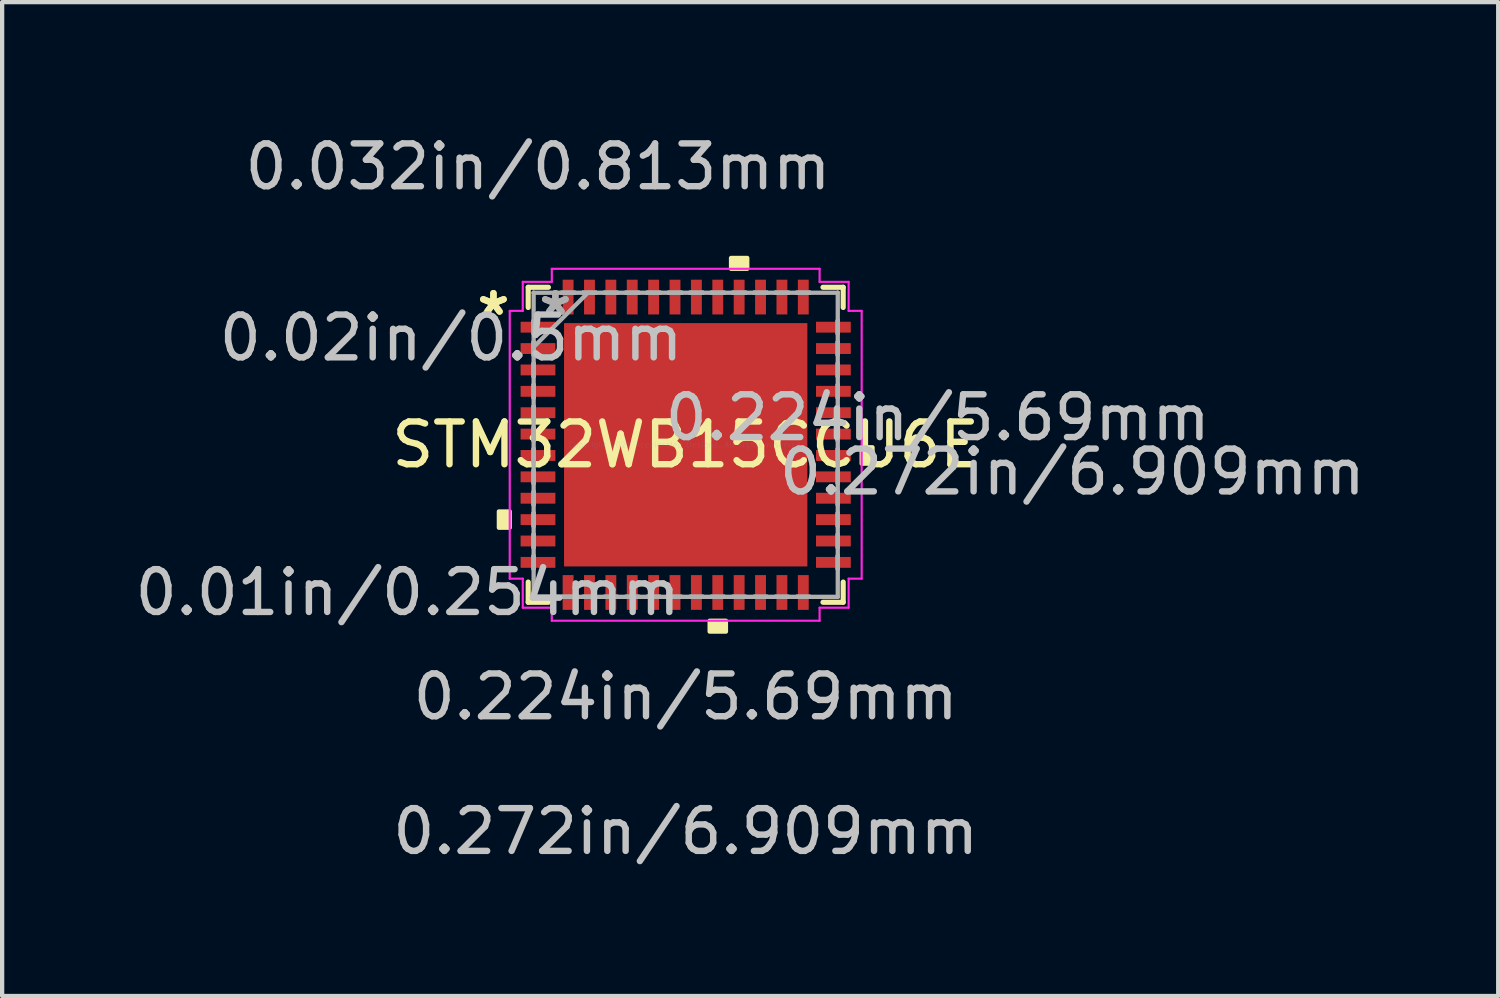
<source format=kicad_pcb>
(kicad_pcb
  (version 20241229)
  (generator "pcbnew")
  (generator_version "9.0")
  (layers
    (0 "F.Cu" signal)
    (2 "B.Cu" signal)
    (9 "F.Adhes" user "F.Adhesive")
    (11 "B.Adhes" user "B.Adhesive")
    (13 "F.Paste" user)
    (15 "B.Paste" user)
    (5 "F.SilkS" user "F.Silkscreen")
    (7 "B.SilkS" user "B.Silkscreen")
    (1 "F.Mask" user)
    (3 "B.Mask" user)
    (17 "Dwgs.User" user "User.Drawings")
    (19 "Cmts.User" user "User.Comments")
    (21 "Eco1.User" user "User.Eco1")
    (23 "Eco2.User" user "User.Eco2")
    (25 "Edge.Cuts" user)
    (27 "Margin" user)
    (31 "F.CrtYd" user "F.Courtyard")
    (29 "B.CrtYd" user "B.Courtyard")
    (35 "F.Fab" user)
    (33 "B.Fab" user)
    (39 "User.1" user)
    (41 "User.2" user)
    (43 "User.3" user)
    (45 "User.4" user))
  (footprint "STM32WB15CCU6E"
    (layer "F.Cu")
    (at 12.985 7.351)
    (property "Reference" "STM32WB15CCU6E" (at 0 0 0) (layer "F.SilkS") (effects (font (size 1 1) (thickness 0.15))))
    (attr through_hole)
    (fp_line (start -3.683 -3.683) (end -3.683 -3.21) (stroke (width 0.12) (type solid)) (layer "F.SilkS"))
    (fp_line (start -3.683 3.21) (end -3.683 3.683) (stroke (width 0.12) (type solid)) (layer "F.SilkS"))
    (fp_line (start -3.683 3.683) (end -3.21 3.683) (stroke (width 0.12) (type solid)) (layer "F.SilkS"))
    (fp_line (start -3.21 -3.683) (end -3.683 -3.683) (stroke (width 0.12) (type solid)) (layer "F.SilkS"))
    (fp_line (start 3.21 3.683) (end 3.683 3.683) (stroke (width 0.12) (type solid)) (layer "F.SilkS"))
    (fp_line (start 3.683 -3.683) (end 3.21 -3.683) (stroke (width 0.12) (type solid)) (layer "F.SilkS"))
    (fp_line (start 3.683 -3.21) (end 3.683 -3.683) (stroke (width 0.12) (type solid)) (layer "F.SilkS"))
    (fp_line (start 3.683 3.683) (end 3.683 3.21) (stroke (width 0.12) (type solid)) (layer "F.SilkS"))
    (fp_poly (pts (xy -4.369 1.559) (xy -4.369 1.94) (xy -4.115 1.94) (xy -4.115 1.559)) (stroke (width 0.1) (type solid)) (fill yes) (layer "F.SilkS"))
    (fp_poly (pts (xy 0.56 4.115) (xy 0.56 4.369) (xy 0.941 4.369) (xy 0.941 4.115)) (stroke (width 0.1) (type solid)) (fill yes) (layer "F.SilkS"))
    (fp_poly (pts (xy 1.06 -4.115) (xy 1.06 -4.369) (xy 1.44 -4.369) (xy 1.44 -4.115)) (stroke (width 0.1) (type solid)) (fill yes) (layer "F.SilkS"))
    (fp_poly (pts (xy 4.369 0.059) (xy 4.369 0.441) (xy 4.115 0.441) (xy 4.115 0.059)) (stroke (width 0.1) (type solid)) (fill yes) (layer "F.SilkS"))
    (fp_poly (pts (xy -2.745 -2.745) (xy -2.745 -1.522) (xy -1.522 -1.522) (xy -1.522 -2.745)) (stroke (width 0.1) (type solid)) (fill yes) (layer "F.Paste"))
    (fp_poly (pts (xy -2.745 -1.322) (xy -2.745 -0.1) (xy -1.522 -0.1) (xy -1.522 -1.322)) (stroke (width 0.1) (type solid)) (fill yes) (layer "F.Paste"))
    (fp_poly (pts (xy -2.745 0.1) (xy -2.745 1.322) (xy -1.522 1.322) (xy -1.522 0.1)) (stroke (width 0.1) (type solid)) (fill yes) (layer "F.Paste"))
    (fp_poly (pts (xy -2.745 1.522) (xy -2.745 2.745) (xy -1.522 2.745) (xy -1.522 1.522)) (stroke (width 0.1) (type solid)) (fill yes) (layer "F.Paste"))
    (fp_poly (pts (xy -1.322 -2.745) (xy -1.322 -1.522) (xy -0.1 -1.522) (xy -0.1 -2.745)) (stroke (width 0.1) (type solid)) (fill yes) (layer "F.Paste"))
    (fp_poly (pts (xy -1.322 -1.322) (xy -1.322 -0.1) (xy -0.1 -0.1) (xy -0.1 -1.322)) (stroke (width 0.1) (type solid)) (fill yes) (layer "F.Paste"))
    (fp_poly (pts (xy -1.322 0.1) (xy -1.322 1.322) (xy -0.1 1.322) (xy -0.1 0.1)) (stroke (width 0.1) (type solid)) (fill yes) (layer "F.Paste"))
    (fp_poly (pts (xy -1.322 1.522) (xy -1.322 2.745) (xy -0.1 2.745) (xy -0.1 1.522)) (stroke (width 0.1) (type solid)) (fill yes) (layer "F.Paste"))
    (fp_poly (pts (xy 0.1 -2.745) (xy 0.1 -1.522) (xy 1.322 -1.522) (xy 1.322 -2.745)) (stroke (width 0.1) (type solid)) (fill yes) (layer "F.Paste"))
    (fp_poly (pts (xy 0.1 -1.322) (xy 0.1 -0.1) (xy 1.322 -0.1) (xy 1.322 -1.322)) (stroke (width 0.1) (type solid)) (fill yes) (layer "F.Paste"))
    (fp_poly (pts (xy 0.1 0.1) (xy 0.1 1.322) (xy 1.322 1.322) (xy 1.322 0.1)) (stroke (width 0.1) (type solid)) (fill yes) (layer "F.Paste"))
    (fp_poly (pts (xy 0.1 1.522) (xy 0.1 2.745) (xy 1.322 2.745) (xy 1.322 1.522)) (stroke (width 0.1) (type solid)) (fill yes) (layer "F.Paste"))
    (fp_poly (pts (xy 1.522 -2.745) (xy 1.522 -1.522) (xy 2.745 -1.522) (xy 2.745 -2.745)) (stroke (width 0.1) (type solid)) (fill yes) (layer "F.Paste"))
    (fp_poly (pts (xy 1.522 -1.322) (xy 1.522 -0.1) (xy 2.745 -0.1) (xy 2.745 -1.322)) (stroke (width 0.1) (type solid)) (fill yes) (layer "F.Paste"))
    (fp_poly (pts (xy 1.522 0.1) (xy 1.522 1.322) (xy 2.745 1.322) (xy 2.745 0.1)) (stroke (width 0.1) (type solid)) (fill yes) (layer "F.Paste"))
    (fp_poly (pts (xy 1.522 1.522) (xy 1.522 2.745) (xy 2.745 2.745) (xy 2.745 1.522)) (stroke (width 0.1) (type solid)) (fill yes) (layer "F.Paste"))
    (fp_line (start -4.115 -3.131) (end -3.81 -3.131) (stroke (width 0.05) (type solid)) (layer "F.CrtYd"))
    (fp_line (start -4.115 3.131) (end -4.115 -3.131) (stroke (width 0.05) (type solid)) (layer "F.CrtYd"))
    (fp_line (start -3.81 -3.81) (end -3.131 -3.81) (stroke (width 0.05) (type solid)) (layer "F.CrtYd"))
    (fp_line (start -3.81 -3.131) (end -3.81 -3.81) (stroke (width 0.05) (type solid)) (layer "F.CrtYd"))
    (fp_line (start -3.81 3.131) (end -4.115 3.131) (stroke (width 0.05) (type solid)) (layer "F.CrtYd"))
    (fp_line (start -3.81 3.81) (end -3.81 3.131) (stroke (width 0.05) (type solid)) (layer "F.CrtYd"))
    (fp_line (start -3.131 -4.115) (end 3.131 -4.115) (stroke (width 0.05) (type solid)) (layer "F.CrtYd"))
    (fp_line (start -3.131 -3.81) (end -3.131 -4.115) (stroke (width 0.05) (type solid)) (layer "F.CrtYd"))
    (fp_line (start -3.131 3.81) (end -3.81 3.81) (stroke (width 0.05) (type solid)) (layer "F.CrtYd"))
    (fp_line (start -3.131 4.115) (end -3.131 3.81) (stroke (width 0.05) (type solid)) (layer "F.CrtYd"))
    (fp_line (start 3.131 -4.115) (end 3.131 -3.81) (stroke (width 0.05) (type solid)) (layer "F.CrtYd"))
    (fp_line (start 3.131 -3.81) (end 3.81 -3.81) (stroke (width 0.05) (type solid)) (layer "F.CrtYd"))
    (fp_line (start 3.131 3.81) (end 3.131 4.115) (stroke (width 0.05) (type solid)) (layer "F.CrtYd"))
    (fp_line (start 3.131 4.115) (end -3.131 4.115) (stroke (width 0.05) (type solid)) (layer "F.CrtYd"))
    (fp_line (start 3.81 -3.81) (end 3.81 -3.131) (stroke (width 0.05) (type solid)) (layer "F.CrtYd"))
    (fp_line (start 3.81 -3.131) (end 4.115 -3.131) (stroke (width 0.05) (type solid)) (layer "F.CrtYd"))
    (fp_line (start 3.81 3.131) (end 3.81 3.81) (stroke (width 0.05) (type solid)) (layer "F.CrtYd"))
    (fp_line (start 3.81 3.81) (end 3.131 3.81) (stroke (width 0.05) (type solid)) (layer "F.CrtYd"))
    (fp_line (start 4.115 -3.131) (end 4.115 3.131) (stroke (width 0.05) (type solid)) (layer "F.CrtYd"))
    (fp_line (start 4.115 3.131) (end 3.81 3.131) (stroke (width 0.05) (type solid)) (layer "F.CrtYd"))
    (fp_line (start -3.556 -3.556) (end -3.556 -3.556) (stroke (width 0.1) (type solid)) (layer "F.Fab"))
    (fp_line (start -3.556 -3.556) (end -3.556 3.556) (stroke (width 0.1) (type solid)) (layer "F.Fab"))
    (fp_line (start -3.556 -2.902) (end -3.556 -2.902) (stroke (width 0.1) (type solid)) (layer "F.Fab"))
    (fp_line (start -3.556 -2.902) (end -3.556 -2.598) (stroke (width 0.1) (type solid)) (layer "F.Fab"))
    (fp_line (start -3.556 -2.598) (end -3.556 -2.902) (stroke (width 0.1) (type solid)) (layer "F.Fab"))
    (fp_line (start -3.556 -2.598) (end -3.556 -2.598) (stroke (width 0.1) (type solid)) (layer "F.Fab"))
    (fp_line (start -3.556 -2.402) (end -3.556 -2.402) (stroke (width 0.1) (type solid)) (layer "F.Fab"))
    (fp_line (start -3.556 -2.402) (end -3.556 -2.098) (stroke (width 0.1) (type solid)) (layer "F.Fab"))
    (fp_line (start -3.556 -2.286) (end -2.286 -3.556) (stroke (width 0.1) (type solid)) (layer "F.Fab"))
    (fp_line (start -3.556 -2.098) (end -3.556 -2.402) (stroke (width 0.1) (type solid)) (layer "F.Fab"))
    (fp_line (start -3.556 -2.098) (end -3.556 -2.098) (stroke (width 0.1) (type solid)) (layer "F.Fab"))
    (fp_line (start -3.556 -1.902) (end -3.556 -1.902) (stroke (width 0.1) (type solid)) (layer "F.Fab"))
    (fp_line (start -3.556 -1.902) (end -3.556 -1.598) (stroke (width 0.1) (type solid)) (layer "F.Fab"))
    (fp_line (start -3.556 -1.598) (end -3.556 -1.902) (stroke (width 0.1) (type solid)) (layer "F.Fab"))
    (fp_line (start -3.556 -1.598) (end -3.556 -1.598) (stroke (width 0.1) (type solid)) (layer "F.Fab"))
    (fp_line (start -3.556 -1.402) (end -3.556 -1.402) (stroke (width 0.1) (type solid)) (layer "F.Fab"))
    (fp_line (start -3.556 -1.402) (end -3.556 -1.098) (stroke (width 0.1) (type solid)) (layer "F.Fab"))
    (fp_line (start -3.556 -1.098) (end -3.556 -1.402) (stroke (width 0.1) (type solid)) (layer "F.Fab"))
    (fp_line (start -3.556 -1.098) (end -3.556 -1.098) (stroke (width 0.1) (type solid)) (layer "F.Fab"))
    (fp_line (start -3.556 -0.902) (end -3.556 -0.902) (stroke (width 0.1) (type solid)) (layer "F.Fab"))
    (fp_line (start -3.556 -0.902) (end -3.556 -0.598) (stroke (width 0.1) (type solid)) (layer "F.Fab"))
    (fp_line (start -3.556 -0.598) (end -3.556 -0.902) (stroke (width 0.1) (type solid)) (layer "F.Fab"))
    (fp_line (start -3.556 -0.598) (end -3.556 -0.598) (stroke (width 0.1) (type solid)) (layer "F.Fab"))
    (fp_line (start -3.556 -0.402) (end -3.556 -0.402) (stroke (width 0.1) (type solid)) (layer "F.Fab"))
    (fp_line (start -3.556 -0.402) (end -3.556 -0.098) (stroke (width 0.1) (type solid)) (layer "F.Fab"))
    (fp_line (start -3.556 -0.098) (end -3.556 -0.402) (stroke (width 0.1) (type solid)) (layer "F.Fab"))
    (fp_line (start -3.556 -0.098) (end -3.556 -0.098) (stroke (width 0.1) (type solid)) (layer "F.Fab"))
    (fp_line (start -3.556 0.098) (end -3.556 0.098) (stroke (width 0.1) (type solid)) (layer "F.Fab"))
    (fp_line (start -3.556 0.098) (end -3.556 0.402) (stroke (width 0.1) (type solid)) (layer "F.Fab"))
    (fp_line (start -3.556 0.402) (end -3.556 0.098) (stroke (width 0.1) (type solid)) (layer "F.Fab"))
    (fp_line (start -3.556 0.402) (end -3.556 0.402) (stroke (width 0.1) (type solid)) (layer "F.Fab"))
    (fp_line (start -3.556 0.598) (end -3.556 0.598) (stroke (width 0.1) (type solid)) (layer "F.Fab"))
    (fp_line (start -3.556 0.598) (end -3.556 0.902) (stroke (width 0.1) (type solid)) (layer "F.Fab"))
    (fp_line (start -3.556 0.902) (end -3.556 0.598) (stroke (width 0.1) (type solid)) (layer "F.Fab"))
    (fp_line (start -3.556 0.902) (end -3.556 0.902) (stroke (width 0.1) (type solid)) (layer "F.Fab"))
    (fp_line (start -3.556 1.098) (end -3.556 1.098) (stroke (width 0.1) (type solid)) (layer "F.Fab"))
    (fp_line (start -3.556 1.098) (end -3.556 1.402) (stroke (width 0.1) (type solid)) (layer "F.Fab"))
    (fp_line (start -3.556 1.402) (end -3.556 1.098) (stroke (width 0.1) (type solid)) (layer "F.Fab"))
    (fp_line (start -3.556 1.402) (end -3.556 1.402) (stroke (width 0.1) (type solid)) (layer "F.Fab"))
    (fp_line (start -3.556 1.598) (end -3.556 1.598) (stroke (width 0.1) (type solid)) (layer "F.Fab"))
    (fp_line (start -3.556 1.598) (end -3.556 1.902) (stroke (width 0.1) (type solid)) (layer "F.Fab"))
    (fp_line (start -3.556 1.902) (end -3.556 1.598) (stroke (width 0.1) (type solid)) (layer "F.Fab"))
    (fp_line (start -3.556 1.902) (end -3.556 1.902) (stroke (width 0.1) (type solid)) (layer "F.Fab"))
    (fp_line (start -3.556 2.098) (end -3.556 2.098) (stroke (width 0.1) (type solid)) (layer "F.Fab"))
    (fp_line (start -3.556 2.098) (end -3.556 2.402) (stroke (width 0.1) (type solid)) (layer "F.Fab"))
    (fp_line (start -3.556 2.402) (end -3.556 2.098) (stroke (width 0.1) (type solid)) (layer "F.Fab"))
    (fp_line (start -3.556 2.402) (end -3.556 2.402) (stroke (width 0.1) (type solid)) (layer "F.Fab"))
    (fp_line (start -3.556 2.598) (end -3.556 2.598) (stroke (width 0.1) (type solid)) (layer "F.Fab"))
    (fp_line (start -3.556 2.598) (end -3.556 2.902) (stroke (width 0.1) (type solid)) (layer "F.Fab"))
    (fp_line (start -3.556 2.902) (end -3.556 2.598) (stroke (width 0.1) (type solid)) (layer "F.Fab"))
    (fp_line (start -3.556 2.902) (end -3.556 2.902) (stroke (width 0.1) (type solid)) (layer "F.Fab"))
    (fp_line (start -3.556 3.556) (end -3.556 3.556) (stroke (width 0.1) (type solid)) (layer "F.Fab"))
    (fp_line (start -3.556 3.556) (end 3.556 3.556) (stroke (width 0.1) (type solid)) (layer "F.Fab"))
    (fp_line (start -2.902 -3.556) (end -2.902 -3.556) (stroke (width 0.1) (type solid)) (layer "F.Fab"))
    (fp_line (start -2.902 -3.556) (end -2.598 -3.556) (stroke (width 0.1) (type solid)) (layer "F.Fab"))
    (fp_line (start -2.902 3.556) (end -2.902 3.556) (stroke (width 0.1) (type solid)) (layer "F.Fab"))
    (fp_line (start -2.902 3.556) (end -2.598 3.556) (stroke (width 0.1) (type solid)) (layer "F.Fab"))
    (fp_line (start -2.598 -3.556) (end -2.902 -3.556) (stroke (width 0.1) (type solid)) (layer "F.Fab"))
    (fp_line (start -2.598 -3.556) (end -2.598 -3.556) (stroke (width 0.1) (type solid)) (layer "F.Fab"))
    (fp_line (start -2.598 3.556) (end -2.902 3.556) (stroke (width 0.1) (type solid)) (layer "F.Fab"))
    (fp_line (start -2.598 3.556) (end -2.598 3.556) (stroke (width 0.1) (type solid)) (layer "F.Fab"))
    (fp_line (start -2.402 -3.556) (end -2.402 -3.556) (stroke (width 0.1) (type solid)) (layer "F.Fab"))
    (fp_line (start -2.402 -3.556) (end -2.098 -3.556) (stroke (width 0.1) (type solid)) (layer "F.Fab"))
    (fp_line (start -2.402 3.556) (end -2.402 3.556) (stroke (width 0.1) (type solid)) (layer "F.Fab"))
    (fp_line (start -2.402 3.556) (end -2.098 3.556) (stroke (width 0.1) (type solid)) (layer "F.Fab"))
    (fp_line (start -2.098 -3.556) (end -2.402 -3.556) (stroke (width 0.1) (type solid)) (layer "F.Fab"))
    (fp_line (start -2.098 -3.556) (end -2.098 -3.556) (stroke (width 0.1) (type solid)) (layer "F.Fab"))
    (fp_line (start -2.098 3.556) (end -2.402 3.556) (stroke (width 0.1) (type solid)) (layer "F.Fab"))
    (fp_line (start -2.098 3.556) (end -2.098 3.556) (stroke (width 0.1) (type solid)) (layer "F.Fab"))
    (fp_line (start -1.902 -3.556) (end -1.902 -3.556) (stroke (width 0.1) (type solid)) (layer "F.Fab"))
    (fp_line (start -1.902 -3.556) (end -1.598 -3.556) (stroke (width 0.1) (type solid)) (layer "F.Fab"))
    (fp_line (start -1.902 3.556) (end -1.902 3.556) (stroke (width 0.1) (type solid)) (layer "F.Fab"))
    (fp_line (start -1.902 3.556) (end -1.598 3.556) (stroke (width 0.1) (type solid)) (layer "F.Fab"))
    (fp_line (start -1.598 -3.556) (end -1.902 -3.556) (stroke (width 0.1) (type solid)) (layer "F.Fab"))
    (fp_line (start -1.598 -3.556) (end -1.598 -3.556) (stroke (width 0.1) (type solid)) (layer "F.Fab"))
    (fp_line (start -1.598 3.556) (end -1.902 3.556) (stroke (width 0.1) (type solid)) (layer "F.Fab"))
    (fp_line (start -1.598 3.556) (end -1.598 3.556) (stroke (width 0.1) (type solid)) (layer "F.Fab"))
    (fp_line (start -1.402 -3.556) (end -1.402 -3.556) (stroke (width 0.1) (type solid)) (layer "F.Fab"))
    (fp_line (start -1.402 -3.556) (end -1.098 -3.556) (stroke (width 0.1) (type solid)) (layer "F.Fab"))
    (fp_line (start -1.402 3.556) (end -1.402 3.556) (stroke (width 0.1) (type solid)) (layer "F.Fab"))
    (fp_line (start -1.402 3.556) (end -1.098 3.556) (stroke (width 0.1) (type solid)) (layer "F.Fab"))
    (fp_line (start -1.098 -3.556) (end -1.402 -3.556) (stroke (width 0.1) (type solid)) (layer "F.Fab"))
    (fp_line (start -1.098 -3.556) (end -1.098 -3.556) (stroke (width 0.1) (type solid)) (layer "F.Fab"))
    (fp_line (start -1.098 3.556) (end -1.402 3.556) (stroke (width 0.1) (type solid)) (layer "F.Fab"))
    (fp_line (start -1.098 3.556) (end -1.098 3.556) (stroke (width 0.1) (type solid)) (layer "F.Fab"))
    (fp_line (start -0.902 -3.556) (end -0.902 -3.556) (stroke (width 0.1) (type solid)) (layer "F.Fab"))
    (fp_line (start -0.902 -3.556) (end -0.598 -3.556) (stroke (width 0.1) (type solid)) (layer "F.Fab"))
    (fp_line (start -0.902 3.556) (end -0.902 3.556) (stroke (width 0.1) (type solid)) (layer "F.Fab"))
    (fp_line (start -0.902 3.556) (end -0.598 3.556) (stroke (width 0.1) (type solid)) (layer "F.Fab"))
    (fp_line (start -0.598 -3.556) (end -0.902 -3.556) (stroke (width 0.1) (type solid)) (layer "F.Fab"))
    (fp_line (start -0.598 -3.556) (end -0.598 -3.556) (stroke (width 0.1) (type solid)) (layer "F.Fab"))
    (fp_line (start -0.598 3.556) (end -0.902 3.556) (stroke (width 0.1) (type solid)) (layer "F.Fab"))
    (fp_line (start -0.598 3.556) (end -0.598 3.556) (stroke (width 0.1) (type solid)) (layer "F.Fab"))
    (fp_line (start -0.402 -3.556) (end -0.402 -3.556) (stroke (width 0.1) (type solid)) (layer "F.Fab"))
    (fp_line (start -0.402 -3.556) (end -0.098 -3.556) (stroke (width 0.1) (type solid)) (layer "F.Fab"))
    (fp_line (start -0.402 3.556) (end -0.402 3.556) (stroke (width 0.1) (type solid)) (layer "F.Fab"))
    (fp_line (start -0.402 3.556) (end -0.098 3.556) (stroke (width 0.1) (type solid)) (layer "F.Fab"))
    (fp_line (start -0.098 -3.556) (end -0.402 -3.556) (stroke (width 0.1) (type solid)) (layer "F.Fab"))
    (fp_line (start -0.098 -3.556) (end -0.098 -3.556) (stroke (width 0.1) (type solid)) (layer "F.Fab"))
    (fp_line (start -0.098 3.556) (end -0.402 3.556) (stroke (width 0.1) (type solid)) (layer "F.Fab"))
    (fp_line (start -0.098 3.556) (end -0.098 3.556) (stroke (width 0.1) (type solid)) (layer "F.Fab"))
    (fp_line (start 0.098 -3.556) (end 0.098 -3.556) (stroke (width 0.1) (type solid)) (layer "F.Fab"))
    (fp_line (start 0.098 -3.556) (end 0.402 -3.556) (stroke (width 0.1) (type solid)) (layer "F.Fab"))
    (fp_line (start 0.098 3.556) (end 0.098 3.556) (stroke (width 0.1) (type solid)) (layer "F.Fab"))
    (fp_line (start 0.098 3.556) (end 0.402 3.556) (stroke (width 0.1) (type solid)) (layer "F.Fab"))
    (fp_line (start 0.402 -3.556) (end 0.098 -3.556) (stroke (width 0.1) (type solid)) (layer "F.Fab"))
    (fp_line (start 0.402 -3.556) (end 0.402 -3.556) (stroke (width 0.1) (type solid)) (layer "F.Fab"))
    (fp_line (start 0.402 3.556) (end 0.098 3.556) (stroke (width 0.1) (type solid)) (layer "F.Fab"))
    (fp_line (start 0.402 3.556) (end 0.402 3.556) (stroke (width 0.1) (type solid)) (layer "F.Fab"))
    (fp_line (start 0.598 -3.556) (end 0.598 -3.556) (stroke (width 0.1) (type solid)) (layer "F.Fab"))
    (fp_line (start 0.598 -3.556) (end 0.902 -3.556) (stroke (width 0.1) (type solid)) (layer "F.Fab"))
    (fp_line (start 0.598 3.556) (end 0.598 3.556) (stroke (width 0.1) (type solid)) (layer "F.Fab"))
    (fp_line (start 0.598 3.556) (end 0.902 3.556) (stroke (width 0.1) (type solid)) (layer "F.Fab"))
    (fp_line (start 0.902 -3.556) (end 0.598 -3.556) (stroke (width 0.1) (type solid)) (layer "F.Fab"))
    (fp_line (start 0.902 -3.556) (end 0.902 -3.556) (stroke (width 0.1) (type solid)) (layer "F.Fab"))
    (fp_line (start 0.902 3.556) (end 0.598 3.556) (stroke (width 0.1) (type solid)) (layer "F.Fab"))
    (fp_line (start 0.902 3.556) (end 0.902 3.556) (stroke (width 0.1) (type solid)) (layer "F.Fab"))
    (fp_line (start 1.098 -3.556) (end 1.098 -3.556) (stroke (width 0.1) (type solid)) (layer "F.Fab"))
    (fp_line (start 1.098 -3.556) (end 1.402 -3.556) (stroke (width 0.1) (type solid)) (layer "F.Fab"))
    (fp_line (start 1.098 3.556) (end 1.098 3.556) (stroke (width 0.1) (type solid)) (layer "F.Fab"))
    (fp_line (start 1.098 3.556) (end 1.402 3.556) (stroke (width 0.1) (type solid)) (layer "F.Fab"))
    (fp_line (start 1.402 -3.556) (end 1.098 -3.556) (stroke (width 0.1) (type solid)) (layer "F.Fab"))
    (fp_line (start 1.402 -3.556) (end 1.402 -3.556) (stroke (width 0.1) (type solid)) (layer "F.Fab"))
    (fp_line (start 1.402 3.556) (end 1.098 3.556) (stroke (width 0.1) (type solid)) (layer "F.Fab"))
    (fp_line (start 1.402 3.556) (end 1.402 3.556) (stroke (width 0.1) (type solid)) (layer "F.Fab"))
    (fp_line (start 1.598 -3.556) (end 1.598 -3.556) (stroke (width 0.1) (type solid)) (layer "F.Fab"))
    (fp_line (start 1.598 -3.556) (end 1.902 -3.556) (stroke (width 0.1) (type solid)) (layer "F.Fab"))
    (fp_line (start 1.598 3.556) (end 1.598 3.556) (stroke (width 0.1) (type solid)) (layer "F.Fab"))
    (fp_line (start 1.598 3.556) (end 1.902 3.556) (stroke (width 0.1) (type solid)) (layer "F.Fab"))
    (fp_line (start 1.902 -3.556) (end 1.598 -3.556) (stroke (width 0.1) (type solid)) (layer "F.Fab"))
    (fp_line (start 1.902 -3.556) (end 1.902 -3.556) (stroke (width 0.1) (type solid)) (layer "F.Fab"))
    (fp_line (start 1.902 3.556) (end 1.598 3.556) (stroke (width 0.1) (type solid)) (layer "F.Fab"))
    (fp_line (start 1.902 3.556) (end 1.902 3.556) (stroke (width 0.1) (type solid)) (layer "F.Fab"))
    (fp_line (start 2.098 -3.556) (end 2.098 -3.556) (stroke (width 0.1) (type solid)) (layer "F.Fab"))
    (fp_line (start 2.098 -3.556) (end 2.402 -3.556) (stroke (width 0.1) (type solid)) (layer "F.Fab"))
    (fp_line (start 2.098 3.556) (end 2.098 3.556) (stroke (width 0.1) (type solid)) (layer "F.Fab"))
    (fp_line (start 2.098 3.556) (end 2.402 3.556) (stroke (width 0.1) (type solid)) (layer "F.Fab"))
    (fp_line (start 2.402 -3.556) (end 2.098 -3.556) (stroke (width 0.1) (type solid)) (layer "F.Fab"))
    (fp_line (start 2.402 -3.556) (end 2.402 -3.556) (stroke (width 0.1) (type solid)) (layer "F.Fab"))
    (fp_line (start 2.402 3.556) (end 2.098 3.556) (stroke (width 0.1) (type solid)) (layer "F.Fab"))
    (fp_line (start 2.402 3.556) (end 2.402 3.556) (stroke (width 0.1) (type solid)) (layer "F.Fab"))
    (fp_line (start 2.598 -3.556) (end 2.598 -3.556) (stroke (width 0.1) (type solid)) (layer "F.Fab"))
    (fp_line (start 2.598 -3.556) (end 2.902 -3.556) (stroke (width 0.1) (type solid)) (layer "F.Fab"))
    (fp_line (start 2.598 3.556) (end 2.598 3.556) (stroke (width 0.1) (type solid)) (layer "F.Fab"))
    (fp_line (start 2.598 3.556) (end 2.902 3.556) (stroke (width 0.1) (type solid)) (layer "F.Fab"))
    (fp_line (start 2.902 -3.556) (end 2.598 -3.556) (stroke (width 0.1) (type solid)) (layer "F.Fab"))
    (fp_line (start 2.902 -3.556) (end 2.902 -3.556) (stroke (width 0.1) (type solid)) (layer "F.Fab"))
    (fp_line (start 2.902 3.556) (end 2.598 3.556) (stroke (width 0.1) (type solid)) (layer "F.Fab"))
    (fp_line (start 2.902 3.556) (end 2.902 3.556) (stroke (width 0.1) (type solid)) (layer "F.Fab"))
    (fp_line (start 3.556 -3.556) (end -3.556 -3.556) (stroke (width 0.1) (type solid)) (layer "F.Fab"))
    (fp_line (start 3.556 -3.556) (end 3.556 -3.556) (stroke (width 0.1) (type solid)) (layer "F.Fab"))
    (fp_line (start 3.556 -2.902) (end 3.556 -2.902) (stroke (width 0.1) (type solid)) (layer "F.Fab"))
    (fp_line (start 3.556 -2.902) (end 3.556 -2.598) (stroke (width 0.1) (type solid)) (layer "F.Fab"))
    (fp_line (start 3.556 -2.598) (end 3.556 -2.902) (stroke (width 0.1) (type solid)) (layer "F.Fab"))
    (fp_line (start 3.556 -2.598) (end 3.556 -2.598) (stroke (width 0.1) (type solid)) (layer "F.Fab"))
    (fp_line (start 3.556 -2.402) (end 3.556 -2.402) (stroke (width 0.1) (type solid)) (layer "F.Fab"))
    (fp_line (start 3.556 -2.402) (end 3.556 -2.098) (stroke (width 0.1) (type solid)) (layer "F.Fab"))
    (fp_line (start 3.556 -2.098) (end 3.556 -2.402) (stroke (width 0.1) (type solid)) (layer "F.Fab"))
    (fp_line (start 3.556 -2.098) (end 3.556 -2.098) (stroke (width 0.1) (type solid)) (layer "F.Fab"))
    (fp_line (start 3.556 -1.902) (end 3.556 -1.902) (stroke (width 0.1) (type solid)) (layer "F.Fab"))
    (fp_line (start 3.556 -1.902) (end 3.556 -1.598) (stroke (width 0.1) (type solid)) (layer "F.Fab"))
    (fp_line (start 3.556 -1.598) (end 3.556 -1.902) (stroke (width 0.1) (type solid)) (layer "F.Fab"))
    (fp_line (start 3.556 -1.598) (end 3.556 -1.598) (stroke (width 0.1) (type solid)) (layer "F.Fab"))
    (fp_line (start 3.556 -1.402) (end 3.556 -1.402) (stroke (width 0.1) (type solid)) (layer "F.Fab"))
    (fp_line (start 3.556 -1.402) (end 3.556 -1.098) (stroke (width 0.1) (type solid)) (layer "F.Fab"))
    (fp_line (start 3.556 -1.098) (end 3.556 -1.402) (stroke (width 0.1) (type solid)) (layer "F.Fab"))
    (fp_line (start 3.556 -1.098) (end 3.556 -1.098) (stroke (width 0.1) (type solid)) (layer "F.Fab"))
    (fp_line (start 3.556 -0.902) (end 3.556 -0.902) (stroke (width 0.1) (type solid)) (layer "F.Fab"))
    (fp_line (start 3.556 -0.902) (end 3.556 -0.598) (stroke (width 0.1) (type solid)) (layer "F.Fab"))
    (fp_line (start 3.556 -0.598) (end 3.556 -0.902) (stroke (width 0.1) (type solid)) (layer "F.Fab"))
    (fp_line (start 3.556 -0.598) (end 3.556 -0.598) (stroke (width 0.1) (type solid)) (layer "F.Fab"))
    (fp_line (start 3.556 -0.402) (end 3.556 -0.402) (stroke (width 0.1) (type solid)) (layer "F.Fab"))
    (fp_line (start 3.556 -0.402) (end 3.556 -0.098) (stroke (width 0.1) (type solid)) (layer "F.Fab"))
    (fp_line (start 3.556 -0.098) (end 3.556 -0.402) (stroke (width 0.1) (type solid)) (layer "F.Fab"))
    (fp_line (start 3.556 -0.098) (end 3.556 -0.098) (stroke (width 0.1) (type solid)) (layer "F.Fab"))
    (fp_line (start 3.556 0.098) (end 3.556 0.098) (stroke (width 0.1) (type solid)) (layer "F.Fab"))
    (fp_line (start 3.556 0.098) (end 3.556 0.402) (stroke (width 0.1) (type solid)) (layer "F.Fab"))
    (fp_line (start 3.556 0.402) (end 3.556 0.098) (stroke (width 0.1) (type solid)) (layer "F.Fab"))
    (fp_line (start 3.556 0.402) (end 3.556 0.402) (stroke (width 0.1) (type solid)) (layer "F.Fab"))
    (fp_line (start 3.556 0.598) (end 3.556 0.598) (stroke (width 0.1) (type solid)) (layer "F.Fab"))
    (fp_line (start 3.556 0.598) (end 3.556 0.902) (stroke (width 0.1) (type solid)) (layer "F.Fab"))
    (fp_line (start 3.556 0.902) (end 3.556 0.598) (stroke (width 0.1) (type solid)) (layer "F.Fab"))
    (fp_line (start 3.556 0.902) (end 3.556 0.902) (stroke (width 0.1) (type solid)) (layer "F.Fab"))
    (fp_line (start 3.556 1.098) (end 3.556 1.098) (stroke (width 0.1) (type solid)) (layer "F.Fab"))
    (fp_line (start 3.556 1.098) (end 3.556 1.402) (stroke (width 0.1) (type solid)) (layer "F.Fab"))
    (fp_line (start 3.556 1.402) (end 3.556 1.098) (stroke (width 0.1) (type solid)) (layer "F.Fab"))
    (fp_line (start 3.556 1.402) (end 3.556 1.402) (stroke (width 0.1) (type solid)) (layer "F.Fab"))
    (fp_line (start 3.556 1.598) (end 3.556 1.598) (stroke (width 0.1) (type solid)) (layer "F.Fab"))
    (fp_line (start 3.556 1.598) (end 3.556 1.902) (stroke (width 0.1) (type solid)) (layer "F.Fab"))
    (fp_line (start 3.556 1.902) (end 3.556 1.598) (stroke (width 0.1) (type solid)) (layer "F.Fab"))
    (fp_line (start 3.556 1.902) (end 3.556 1.902) (stroke (width 0.1) (type solid)) (layer "F.Fab"))
    (fp_line (start 3.556 2.098) (end 3.556 2.098) (stroke (width 0.1) (type solid)) (layer "F.Fab"))
    (fp_line (start 3.556 2.098) (end 3.556 2.402) (stroke (width 0.1) (type solid)) (layer "F.Fab"))
    (fp_line (start 3.556 2.402) (end 3.556 2.098) (stroke (width 0.1) (type solid)) (layer "F.Fab"))
    (fp_line (start 3.556 2.402) (end 3.556 2.402) (stroke (width 0.1) (type solid)) (layer "F.Fab"))
    (fp_line (start 3.556 2.598) (end 3.556 2.598) (stroke (width 0.1) (type solid)) (layer "F.Fab"))
    (fp_line (start 3.556 2.598) (end 3.556 2.902) (stroke (width 0.1) (type solid)) (layer "F.Fab"))
    (fp_line (start 3.556 2.902) (end 3.556 2.598) (stroke (width 0.1) (type solid)) (layer "F.Fab"))
    (fp_line (start 3.556 2.902) (end 3.556 2.902) (stroke (width 0.1) (type solid)) (layer "F.Fab"))
    (fp_line (start 3.556 3.556) (end 3.556 -3.556) (stroke (width 0.1) (type solid)) (layer "F.Fab"))
    (fp_line (start 3.556 3.556) (end 3.556 3.556) (stroke (width 0.1) (type solid)) (layer "F.Fab"))
    (fp_text user "*" (at -4.496 -3 0) (layer "F.SilkS") (effects (font (size 1 1) (thickness 0.15))))
    (fp_text user "*" (at -4.496 -3 0) (layer "F.SilkS") (effects (font (size 1 1) (thickness 0.15))))
    (fp_text user "0.224in/5.69mm" (at 0 5.893 0) (layer "Dwgs.User") (effects (font (size 1 1) (thickness 0.15))))
    (fp_text user "0.272in/6.909mm" (at 9.042 0.635 0) (layer "Dwgs.User") (effects (font (size 1 1) (thickness 0.15))))
    (fp_text user "0.224in/5.69mm" (at 5.893 -0.635 0) (layer "Dwgs.User") (effects (font (size 1 1) (thickness 0.15))))
    (fp_text user "0.01in/0.254mm" (at -6.502 3.454 0) (layer "Dwgs.User") (effects (font (size 1 1) (thickness 0.15))))
    (fp_text user "0.032in/0.813mm" (at -3.454 -6.502 0) (layer "Dwgs.User") (effects (font (size 1 1) (thickness 0.15))))
    (fp_text user "0.272in/6.909mm" (at 0 9.042 0) (layer "Dwgs.User") (effects (font (size 1 1) (thickness 0.15))))
    (fp_text user "0.02in/0.5mm" (at -5.486 -2.5 0) (layer "Dwgs.User") (effects (font (size 1 1) (thickness 0.15))))
    (fp_text user "Copyright 2021 Accelerated Designs. All rights reserved." (at 0 0 0) (layer "Cmts.User") (effects (font (size 0.127 0.127) (thickness 0.002))))
    (fp_text user "*" (at -3.048 -3 0) (layer "F.Fab") (effects (font (size 1 1) (thickness 0.15))))
    (fp_text user "*" (at -3.048 -3 0) (layer "F.Fab") (effects (font (size 1 1) (thickness 0.15))))
    (pad "1" smd rect (at -3.454 -2.75 90) (size 0.254 0.813) (layers "F.Cu" "F.Mask" "F.Paste"))
    (pad "2" smd rect (at -3.454 -2.25 90) (size 0.254 0.813) (layers "F.Cu" "F.Mask" "F.Paste"))
    (pad "3" smd rect (at -3.454 -1.75 90) (size 0.254 0.813) (layers "F.Cu" "F.Mask" "F.Paste"))
    (pad "4" smd rect (at -3.454 -1.25 90) (size 0.254 0.813) (layers "F.Cu" "F.Mask" "F.Paste"))
    (pad "5" smd rect (at -3.454 -0.75 90) (size 0.254 0.813) (layers "F.Cu" "F.Mask" "F.Paste"))
    (pad "6" smd rect (at -3.454 -0.25 90) (size 0.254 0.813) (layers "F.Cu" "F.Mask" "F.Paste"))
    (pad "7" smd rect (at -3.454 0.25 90) (size 0.254 0.813) (layers "F.Cu" "F.Mask" "F.Paste"))
    (pad "8" smd rect (at -3.454 0.75 90) (size 0.254 0.813) (layers "F.Cu" "F.Mask" "F.Paste"))
    (pad "9" smd rect (at -3.454 1.25 90) (size 0.254 0.813) (layers "F.Cu" "F.Mask" "F.Paste"))
    (pad "10" smd rect (at -3.454 1.75 90) (size 0.254 0.813) (layers "F.Cu" "F.Mask" "F.Paste"))
    (pad "11" smd rect (at -3.454 2.25 90) (size 0.254 0.813) (layers "F.Cu" "F.Mask" "F.Paste"))
    (pad "12" smd rect (at -3.454 2.75 90) (size 0.254 0.813) (layers "F.Cu" "F.Mask" "F.Paste"))
    (pad "13" smd rect (at -2.75 3.454) (size 0.254 0.813) (layers "F.Cu" "F.Mask" "F.Paste"))
    (pad "14" smd rect (at -2.25 3.454) (size 0.254 0.813) (layers "F.Cu" "F.Mask" "F.Paste"))
    (pad "15" smd rect (at -1.75 3.454) (size 0.254 0.813) (layers "F.Cu" "F.Mask" "F.Paste"))
    (pad "16" smd rect (at -1.25 3.454) (size 0.254 0.813) (layers "F.Cu" "F.Mask" "F.Paste"))
    (pad "17" smd rect (at -0.75 3.454) (size 0.254 0.813) (layers "F.Cu" "F.Mask" "F.Paste"))
    (pad "18" smd rect (at -0.25 3.454) (size 0.254 0.813) (layers "F.Cu" "F.Mask" "F.Paste"))
    (pad "19" smd rect (at 0.25 3.454) (size 0.254 0.813) (layers "F.Cu" "F.Mask" "F.Paste"))
    (pad "20" smd rect (at 0.75 3.454) (size 0.254 0.813) (layers "F.Cu" "F.Mask" "F.Paste"))
    (pad "21" smd rect (at 1.25 3.454) (size 0.254 0.813) (layers "F.Cu" "F.Mask" "F.Paste"))
    (pad "22" smd rect (at 1.75 3.454) (size 0.254 0.813) (layers "F.Cu" "F.Mask" "F.Paste"))
    (pad "23" smd rect (at 2.25 3.454) (size 0.254 0.813) (layers "F.Cu" "F.Mask" "F.Paste"))
    (pad "24" smd rect (at 2.75 3.454) (size 0.254 0.813) (layers "F.Cu" "F.Mask" "F.Paste"))
    (pad "25" smd rect (at 3.454 2.75 90) (size 0.254 0.813) (layers "F.Cu" "F.Mask" "F.Paste"))
    (pad "26" smd rect (at 3.454 2.25 90) (size 0.254 0.813) (layers "F.Cu" "F.Mask" "F.Paste"))
    (pad "27" smd rect (at 3.454 1.75 90) (size 0.254 0.813) (layers "F.Cu" "F.Mask" "F.Paste"))
    (pad "28" smd rect (at 3.454 1.25 90) (size 0.254 0.813) (layers "F.Cu" "F.Mask" "F.Paste"))
    (pad "29" smd rect (at 3.454 0.75 90) (size 0.254 0.813) (layers "F.Cu" "F.Mask" "F.Paste"))
    (pad "30" smd rect (at 3.454 0.25 90) (size 0.254 0.813) (layers "F.Cu" "F.Mask" "F.Paste"))
    (pad "31" smd rect (at 3.454 -0.25 90) (size 0.254 0.813) (layers "F.Cu" "F.Mask" "F.Paste"))
    (pad "32" smd rect (at 3.454 -0.75 90) (size 0.254 0.813) (layers "F.Cu" "F.Mask" "F.Paste"))
    (pad "33" smd rect (at 3.454 -1.25 90) (size 0.254 0.813) (layers "F.Cu" "F.Mask" "F.Paste"))
    (pad "34" smd rect (at 3.454 -1.75 90) (size 0.254 0.813) (layers "F.Cu" "F.Mask" "F.Paste"))
    (pad "35" smd rect (at 3.454 -2.25 90) (size 0.254 0.813) (layers "F.Cu" "F.Mask" "F.Paste"))
    (pad "36" smd rect (at 3.454 -2.75 90) (size 0.254 0.813) (layers "F.Cu" "F.Mask" "F.Paste"))
    (pad "37" smd rect (at 2.75 -3.454) (size 0.254 0.813) (layers "F.Cu" "F.Mask" "F.Paste"))
    (pad "38" smd rect (at 2.25 -3.454) (size 0.254 0.813) (layers "F.Cu" "F.Mask" "F.Paste"))
    (pad "39" smd rect (at 1.75 -3.454) (size 0.254 0.813) (layers "F.Cu" "F.Mask" "F.Paste"))
    (pad "40" smd rect (at 1.25 -3.454) (size 0.254 0.813) (layers "F.Cu" "F.Mask" "F.Paste"))
    (pad "41" smd rect (at 0.75 -3.454) (size 0.254 0.813) (layers "F.Cu" "F.Mask" "F.Paste"))
    (pad "42" smd rect (at 0.25 -3.454) (size 0.254 0.813) (layers "F.Cu" "F.Mask" "F.Paste"))
    (pad "43" smd rect (at -0.25 -3.454) (size 0.254 0.813) (layers "F.Cu" "F.Mask" "F.Paste"))
    (pad "44" smd rect (at -0.75 -3.454) (size 0.254 0.813) (layers "F.Cu" "F.Mask" "F.Paste"))
    (pad "45" smd rect (at -1.25 -3.454) (size 0.254 0.813) (layers "F.Cu" "F.Mask" "F.Paste"))
    (pad "46" smd rect (at -1.75 -3.454) (size 0.254 0.813) (layers "F.Cu" "F.Mask" "F.Paste"))
    (pad "47" smd rect (at -2.25 -3.454) (size 0.254 0.813) (layers "F.Cu" "F.Mask" "F.Paste"))
    (pad "48" smd rect (at -2.75 -3.454) (size 0.254 0.813) (layers "F.Cu" "F.Mask" "F.Paste"))
    (pad "49" smd rect (at 0 0) (size 5.69 5.69) (layers "F.Cu" "F.Mask" "F.Paste")))
  (gr_rect
    (start -3 -3)
    (end 31.985 20.241)
    (stroke (width 0.1) (type default))
    (fill no)
    (layer "Edge.Cuts")))
</source>
